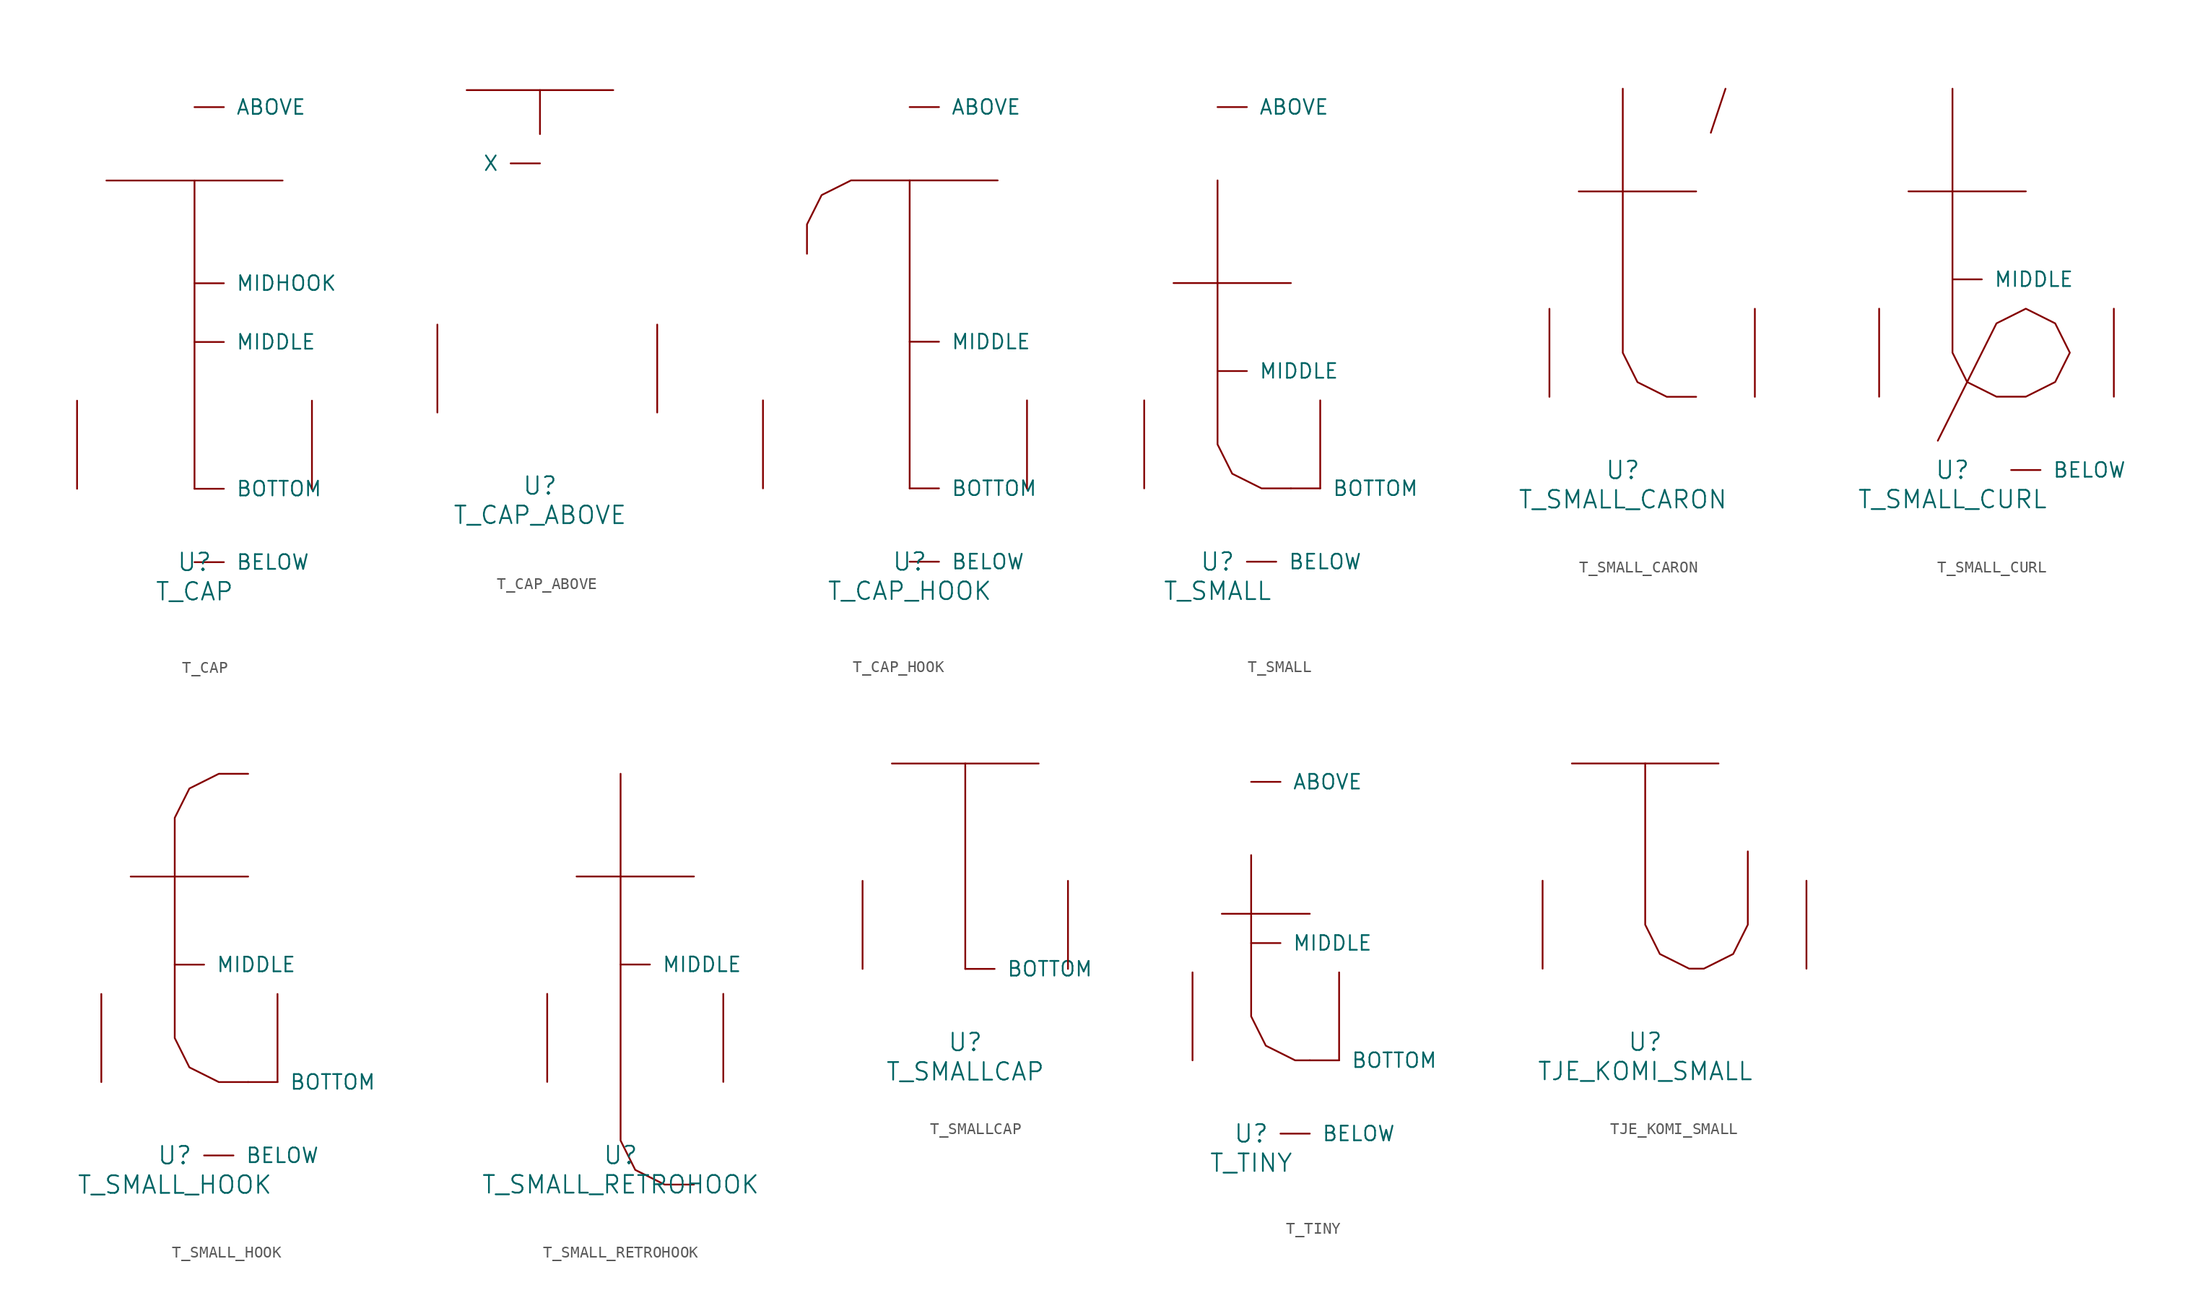
<source format=kicad_sym>
(kicad_symbol_lib
  (version 20220914)
  (generator font_lib2sym)
  (symbol "T_CAP"
    (pin_names
      (offset 1.016))
    (property "Reference" "U"
      (at 0 -6.35 0)
      (effects (font (size 1.524 1.524))))
    (property "Value" "T_CAP"
      (at 0 -8.89 0)
      (effects (font (size 1.524 1.524))))
    (symbol "T_CAP_0_1"
      (polyline (pts (xy -7.62 26.67) (xy 7.62 26.67)) (stroke (width 0) (type solid)) (fill (type none)))
      (polyline (pts (xy 0 0) (xy 0 26.67)) (stroke (width 0) (type solid)) (fill (type none)))
      (pin input line (at 0 33.02 0) (length 2.54) (name "ABOVE" (effects (font (size 1.27 1.27)))) (number "~" (effects (font (size 1.27 1.27)))))
      (pin input line (at 0 -6.35 0) (length 2.54) (name "BELOW" (effects (font (size 1.27 1.27)))) (number "~" (effects (font (size 1.27 1.27)))))
      (pin input line (at 0 0 0) (length 2.54) (name "BOTTOM" (effects (font (size 1.27 1.27)))) (number "~" (effects (font (size 1.27 1.27)))))
      (pin input line (at 0 12.7 0) (length 2.54) (name "MIDDLE" (effects (font (size 1.27 1.27)))) (number "~" (effects (font (size 1.27 1.27)))))
      (pin input line (at 0 17.78 0) (length 2.54) (name "MIDHOOK" (effects (font (size 1.27 1.27)))) (number "~" (effects (font (size 1.27 1.27)))))
      (pin input line (at -10.16 0 90) (length 7.62) (name "~" (effects (font (size 1.27 1.27)))) (number "~" (effects (font (size 1.27 1.27)))))
      (pin input line (at 10.16 0 90) (length 7.62) (name "~" (effects (font (size 1.27 1.27)))) (number "~" (effects (font (size 1.27 1.27)))))))
  (symbol "T_CAP_ABOVE"
    (pin_names
      (offset 1.016))
    (property "Reference" "U"
      (at 0 -6.35 0)
      (effects (font (size 1.524 1.524))))
    (property "Value" "T_CAP_ABOVE"
      (at 0 -8.89 0)
      (effects (font (size 1.524 1.524))))
    (symbol "T_CAP_ABOVE_0_1"
      (polyline (pts (xy -6.35 27.94) (xy 6.35 27.94)) (stroke (width 0) (type solid)) (fill (type none)))
      (polyline (pts (xy 0 27.94) (xy 0 24.13)) (stroke (width 0) (type solid)) (fill (type none)))
      (pin input line (at 0 21.59 180) (length 2.54) (name "X" (effects (font (size 1.27 1.27)))) (number "~" (effects (font (size 1.27 1.27)))))
      (pin input line (at -8.89 0 90) (length 7.62) (name "~" (effects (font (size 1.27 1.27)))) (number "~" (effects (font (size 1.27 1.27)))))
      (pin input line (at 10.16 0 90) (length 7.62) (name "~" (effects (font (size 1.27 1.27)))) (number "~" (effects (font (size 1.27 1.27)))))))
  (symbol "T_CAP_HOOK"
    (pin_names
      (offset 1.016))
    (property "Reference" "U"
      (at 0 -6.35 0)
      (effects (font (size 1.524 1.524))))
    (property "Value" "T_CAP_HOOK"
      (at 0 -8.89 0)
      (effects (font (size 1.524 1.524))))
    (symbol "T_CAP_HOOK_0_1"
      (polyline (pts (xy 0 0) (xy 0 26.67)) (stroke (width 0) (type solid)) (fill (type none)))
      (polyline (pts (xy -8.89 20.32) (xy -8.89 22.86) (xy -7.62 25.4) (xy -5.08 26.67) (xy 7.62 26.67)) (stroke (width 0) (type solid)) (fill (type none)))
      (pin input line (at 0 33.02 0) (length 2.54) (name "ABOVE" (effects (font (size 1.27 1.27)))) (number "~" (effects (font (size 1.27 1.27)))))
      (pin input line (at 0 -6.35 0) (length 2.54) (name "BELOW" (effects (font (size 1.27 1.27)))) (number "~" (effects (font (size 1.27 1.27)))))
      (pin input line (at 0 0 0) (length 2.54) (name "BOTTOM" (effects (font (size 1.27 1.27)))) (number "~" (effects (font (size 1.27 1.27)))))
      (pin input line (at 0 12.7 0) (length 2.54) (name "MIDDLE" (effects (font (size 1.27 1.27)))) (number "~" (effects (font (size 1.27 1.27)))))
      (pin input line (at -12.7 0 90) (length 7.62) (name "~" (effects (font (size 1.27 1.27)))) (number "~" (effects (font (size 1.27 1.27)))))
      (pin input line (at 10.16 0 90) (length 7.62) (name "~" (effects (font (size 1.27 1.27)))) (number "~" (effects (font (size 1.27 1.27)))))))
  (symbol "T_SMALL"
    (pin_names
      (offset 1.016))
    (property "Reference" "U"
      (at 0 -6.35 0)
      (effects (font (size 1.524 1.524))))
    (property "Value" "T_SMALL"
      (at 0 -8.89 0)
      (effects (font (size 1.524 1.524))))
    (symbol "T_SMALL_0_1"
      (polyline (pts (xy -3.81 17.78) (xy 6.35 17.78)) (stroke (width 0) (type solid)) (fill (type none)))
      (polyline (pts (xy 0 26.67) (xy 0 3.81) (xy 1.27 1.27) (xy 3.81 0) (xy 6.35 0)) (stroke (width 0) (type solid)) (fill (type none)))
      (pin input line (at 0 33.02 0) (length 2.54) (name "ABOVE" (effects (font (size 1.27 1.27)))) (number "~" (effects (font (size 1.27 1.27)))))
      (pin input line (at 2.54 -6.35 0) (length 2.54) (name "BELOW" (effects (font (size 1.27 1.27)))) (number "~" (effects (font (size 1.27 1.27)))))
      (pin input line (at 6.35 0 0) (length 2.54) (name "BOTTOM" (effects (font (size 1.27 1.27)))) (number "~" (effects (font (size 1.27 1.27)))))
      (pin input line (at 0 10.16 0) (length 2.54) (name "MIDDLE" (effects (font (size 1.27 1.27)))) (number "~" (effects (font (size 1.27 1.27)))))
      (pin input line (at -6.35 0 90) (length 7.62) (name "~" (effects (font (size 1.27 1.27)))) (number "~" (effects (font (size 1.27 1.27)))))
      (pin input line (at 8.89 0 90) (length 7.62) (name "~" (effects (font (size 1.27 1.27)))) (number "~" (effects (font (size 1.27 1.27)))))))
  (symbol "T_SMALL_CARON"
    (pin_names
      (offset 1.016))
    (property "Reference" "U"
      (at 0 -6.35 0)
      (effects (font (size 1.524 1.524))))
    (property "Value" "T_SMALL_CARON"
      (at 0 -8.89 0)
      (effects (font (size 1.524 1.524))))
    (symbol "T_SMALL_CARON_0_1"
      (polyline (pts (xy -3.81 17.78) (xy 6.35 17.78)) (stroke (width 0) (type solid)) (fill (type none)))
      (polyline (pts (xy 8.89 26.67) (xy 7.62 22.86)) (stroke (width 0) (type solid)) (fill (type none)))
      (polyline (pts (xy 0 26.67) (xy 0 3.81) (xy 1.27 1.27) (xy 3.81 0) (xy 6.35 0)) (stroke (width 0) (type solid)) (fill (type none)))
      (pin input line (at -6.35 0 90) (length 7.62) (name "~" (effects (font (size 1.27 1.27)))) (number "~" (effects (font (size 1.27 1.27)))))
      (pin input line (at 11.43 0 90) (length 7.62) (name "~" (effects (font (size 1.27 1.27)))) (number "~" (effects (font (size 1.27 1.27)))))))
  (symbol "T_SMALL_CURL"
    (pin_names
      (offset 1.016))
    (property "Reference" "U"
      (at 0 -6.35 0)
      (effects (font (size 1.524 1.524))))
    (property "Value" "T_SMALL_CURL"
      (at 0 -8.89 0)
      (effects (font (size 1.524 1.524))))
    (symbol "T_SMALL_CURL_0_1"
      (polyline (pts (xy -3.81 17.78) (xy 6.35 17.78)) (stroke (width 0) (type solid)) (fill (type none)))
      (polyline (pts (xy 0 26.67) (xy 0 3.81) (xy 1.27 1.27) (xy 3.81 0) (xy 6.35 0) (xy 8.89 1.27) (xy 10.16 3.81) (xy 8.89 6.35) (xy 6.35 7.62) (xy 3.81 6.35) (xy -1.27 -3.81)) (stroke (width 0) (type solid)) (fill (type none)))
      (pin input line (at 5.08 -6.35 0) (length 2.54) (name "BELOW" (effects (font (size 1.27 1.27)))) (number "~" (effects (font (size 1.27 1.27)))))
      (pin input line (at 0 10.16 0) (length 2.54) (name "MIDDLE" (effects (font (size 1.27 1.27)))) (number "~" (effects (font (size 1.27 1.27)))))
      (pin input line (at -6.35 0 90) (length 7.62) (name "~" (effects (font (size 1.27 1.27)))) (number "~" (effects (font (size 1.27 1.27)))))
      (pin input line (at 13.97 0 90) (length 7.62) (name "~" (effects (font (size 1.27 1.27)))) (number "~" (effects (font (size 1.27 1.27)))))))
  (symbol "T_SMALL_HOOK"
    (pin_names
      (offset 1.016))
    (property "Reference" "U"
      (at 0 -6.35 0)
      (effects (font (size 1.524 1.524))))
    (property "Value" "T_SMALL_HOOK"
      (at 0 -8.89 0)
      (effects (font (size 1.524 1.524))))
    (symbol "T_SMALL_HOOK_0_1"
      (polyline (pts (xy -3.81 17.78) (xy 6.35 17.78)) (stroke (width 0) (type solid)) (fill (type none)))
      (polyline (pts (xy 6.35 26.67) (xy 3.81 26.67) (xy 1.27 25.4) (xy 0 22.86) (xy 0 3.81) (xy 1.27 1.27) (xy 3.81 0) (xy 6.35 0)) (stroke (width 0) (type solid)) (fill (type none)))
      (pin input line (at 2.54 -6.35 0) (length 2.54) (name "BELOW" (effects (font (size 1.27 1.27)))) (number "~" (effects (font (size 1.27 1.27)))))
      (pin input line (at 6.35 0 0) (length 2.54) (name "BOTTOM" (effects (font (size 1.27 1.27)))) (number "~" (effects (font (size 1.27 1.27)))))
      (pin input line (at 0 10.16 0) (length 2.54) (name "MIDDLE" (effects (font (size 1.27 1.27)))) (number "~" (effects (font (size 1.27 1.27)))))
      (pin input line (at -6.35 0 90) (length 7.62) (name "~" (effects (font (size 1.27 1.27)))) (number "~" (effects (font (size 1.27 1.27)))))
      (pin input line (at 8.89 0 90) (length 7.62) (name "~" (effects (font (size 1.27 1.27)))) (number "~" (effects (font (size 1.27 1.27)))))))
  (symbol "T_SMALL_RETROHOOK"
    (pin_names
      (offset 1.016))
    (property "Reference" "U"
      (at 0 -6.35 0)
      (effects (font (size 1.524 1.524))))
    (property "Value" "T_SMALL_RETROHOOK"
      (at 0 -8.89 0)
      (effects (font (size 1.524 1.524))))
    (symbol "T_SMALL_RETROHOOK_0_1"
      (polyline (pts (xy -3.81 17.78) (xy 6.35 17.78)) (stroke (width 0) (type solid)) (fill (type none)))
      (polyline (pts (xy 0 26.67) (xy 0 -5.08) (xy 1.27 -7.62) (xy 3.81 -8.89) (xy 6.35 -8.89)) (stroke (width 0) (type solid)) (fill (type none)))
      (pin input line (at 0 10.16 0) (length 2.54) (name "MIDDLE" (effects (font (size 1.27 1.27)))) (number "~" (effects (font (size 1.27 1.27)))))
      (pin input line (at -6.35 0 90) (length 7.62) (name "~" (effects (font (size 1.27 1.27)))) (number "~" (effects (font (size 1.27 1.27)))))
      (pin input line (at 8.89 0 90) (length 7.62) (name "~" (effects (font (size 1.27 1.27)))) (number "~" (effects (font (size 1.27 1.27)))))))
  (symbol "T_SMALLCAP"
    (pin_names
      (offset 1.016))
    (property "Reference" "U"
      (at 0 -6.35 0)
      (effects (font (size 1.524 1.524))))
    (property "Value" "T_SMALLCAP"
      (at 0 -8.89 0)
      (effects (font (size 1.524 1.524))))
    (symbol "T_SMALLCAP_0_1"
      (polyline (pts (xy -6.35 17.78) (xy 6.35 17.78)) (stroke (width 0) (type solid)) (fill (type none)))
      (polyline (pts (xy 0 17.78) (xy 0 0)) (stroke (width 0) (type solid)) (fill (type none)))
      (pin input line (at 0 0 0) (length 2.54) (name "BOTTOM" (effects (font (size 1.27 1.27)))) (number "~" (effects (font (size 1.27 1.27)))))
      (pin input line (at -8.89 0 90) (length 7.62) (name "~" (effects (font (size 1.27 1.27)))) (number "~" (effects (font (size 1.27 1.27)))))
      (pin input line (at 8.89 0 90) (length 7.62) (name "~" (effects (font (size 1.27 1.27)))) (number "~" (effects (font (size 1.27 1.27)))))))
  (symbol "T_TINY"
    (pin_names
      (offset 1.016))
    (property "Reference" "U"
      (at 0 -6.35 0)
      (effects (font (size 1.524 1.524))))
    (property "Value" "T_TINY"
      (at 0 -8.89 0)
      (effects (font (size 1.524 1.524))))
    (symbol "T_TINY_0_1"
      (polyline (pts (xy -2.54 12.7) (xy 5.08 12.7)) (stroke (width 0) (type solid)) (fill (type none)))
      (polyline (pts (xy 0 17.78) (xy 0 3.81) (xy 1.27 1.27) (xy 3.81 0) (xy 5.08 0)) (stroke (width 0) (type solid)) (fill (type none)))
      (pin input line (at 0 24.13 0) (length 2.54) (name "ABOVE" (effects (font (size 1.27 1.27)))) (number "~" (effects (font (size 1.27 1.27)))))
      (pin input line (at 2.54 -6.35 0) (length 2.54) (name "BELOW" (effects (font (size 1.27 1.27)))) (number "~" (effects (font (size 1.27 1.27)))))
      (pin input line (at 5.08 0 0) (length 2.54) (name "BOTTOM" (effects (font (size 1.27 1.27)))) (number "~" (effects (font (size 1.27 1.27)))))
      (pin input line (at 0 10.16 0) (length 2.54) (name "MIDDLE" (effects (font (size 1.27 1.27)))) (number "~" (effects (font (size 1.27 1.27)))))
      (pin input line (at -5.08 0 90) (length 7.62) (name "~" (effects (font (size 1.27 1.27)))) (number "~" (effects (font (size 1.27 1.27)))))
      (pin input line (at 7.62 0 90) (length 7.62) (name "~" (effects (font (size 1.27 1.27)))) (number "~" (effects (font (size 1.27 1.27)))))))
  (symbol "TJE_KOMI_SMALL"
    (pin_names
      (offset 1.016))
    (property "Reference" "U"
      (at 0 -6.35 0)
      (effects (font (size 1.524 1.524))))
    (property "Value" "TJE_KOMI_SMALL"
      (at 0 -8.89 0)
      (effects (font (size 1.524 1.524))))
    (symbol "TJE_KOMI_SMALL_0_1"
      (polyline (pts (xy -6.35 17.78) (xy 6.35 17.78)) (stroke (width 0) (type solid)) (fill (type none)))
      (polyline (pts (xy 0 17.78) (xy 0 3.81) (xy 1.27 1.27) (xy 3.81 0) (xy 5.08 0) (xy 7.62 1.27) (xy 8.89 3.81) (xy 8.89 10.16)) (stroke (width 0) (type solid)) (fill (type none)))
      (pin input line (at -8.89 0 90) (length 7.62) (name "~" (effects (font (size 1.27 1.27)))) (number "~" (effects (font (size 1.27 1.27)))))
      (pin input line (at 13.97 0 90) (length 7.62) (name "~" (effects (font (size 1.27 1.27)))) (number "~" (effects (font (size 1.27 1.27))))))))
</source>
